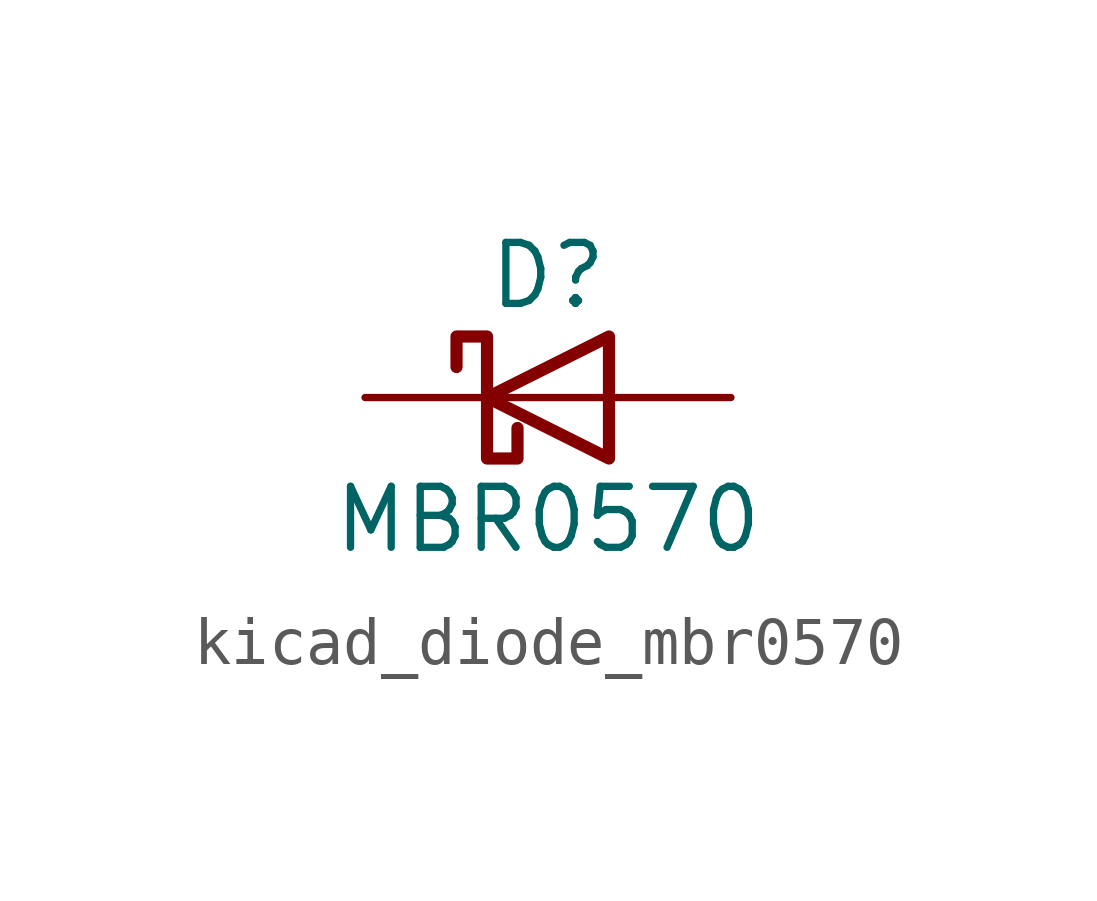
<source format=kicad_sym>
(kicad_symbol_lib
  (version 20220914)
  (generator kicad_symbol_editor)
  (symbol "kicad_diode_mbr0570"
    (pin_numbers hide)
    (pin_names
      (offset 1.016) hide)
    (property "Reference" "D"
      (at 0 2.54 0)
      (effects (font (size 1.27 1.27))))
    (property "Value" "MBR0570"
      (at 0 -2.54 0)
      (effects (font (size 1.27 1.27))))
    (symbol "kicad_diode_mbr0570_0_1"
      (polyline (pts (xy 1.27 0) (xy -1.27 0)) (stroke (width 0) (type default)) (fill (type none)))
      (polyline (pts (xy 1.27 1.27) (xy 1.27 -1.27) (xy -1.27 0) (xy 1.27 1.27)) (stroke (width 0.254) (type default)) (fill (type none)))
      (polyline (pts (xy -1.905 0.635) (xy -1.905 1.27) (xy -1.27 1.27) (xy -1.27 -1.27) (xy -0.635 -1.27) (xy -0.635 -0.635)) (stroke (width 0.254) (type default)) (fill (type none))))
    (symbol "kicad_diode_mbr0570_1_1"
      (pin passive line (at -3.81 0 0) (length 2.54) (name "K" (effects (font (size 1.27 1.27)))) (number "1" (effects (font (size 1.27 1.27)))))
      (pin passive line (at 3.81 0 180) (length 2.54) (name "A" (effects (font (size 1.27 1.27)))) (number "2" (effects (font (size 1.27 1.27))))))))
</source>
